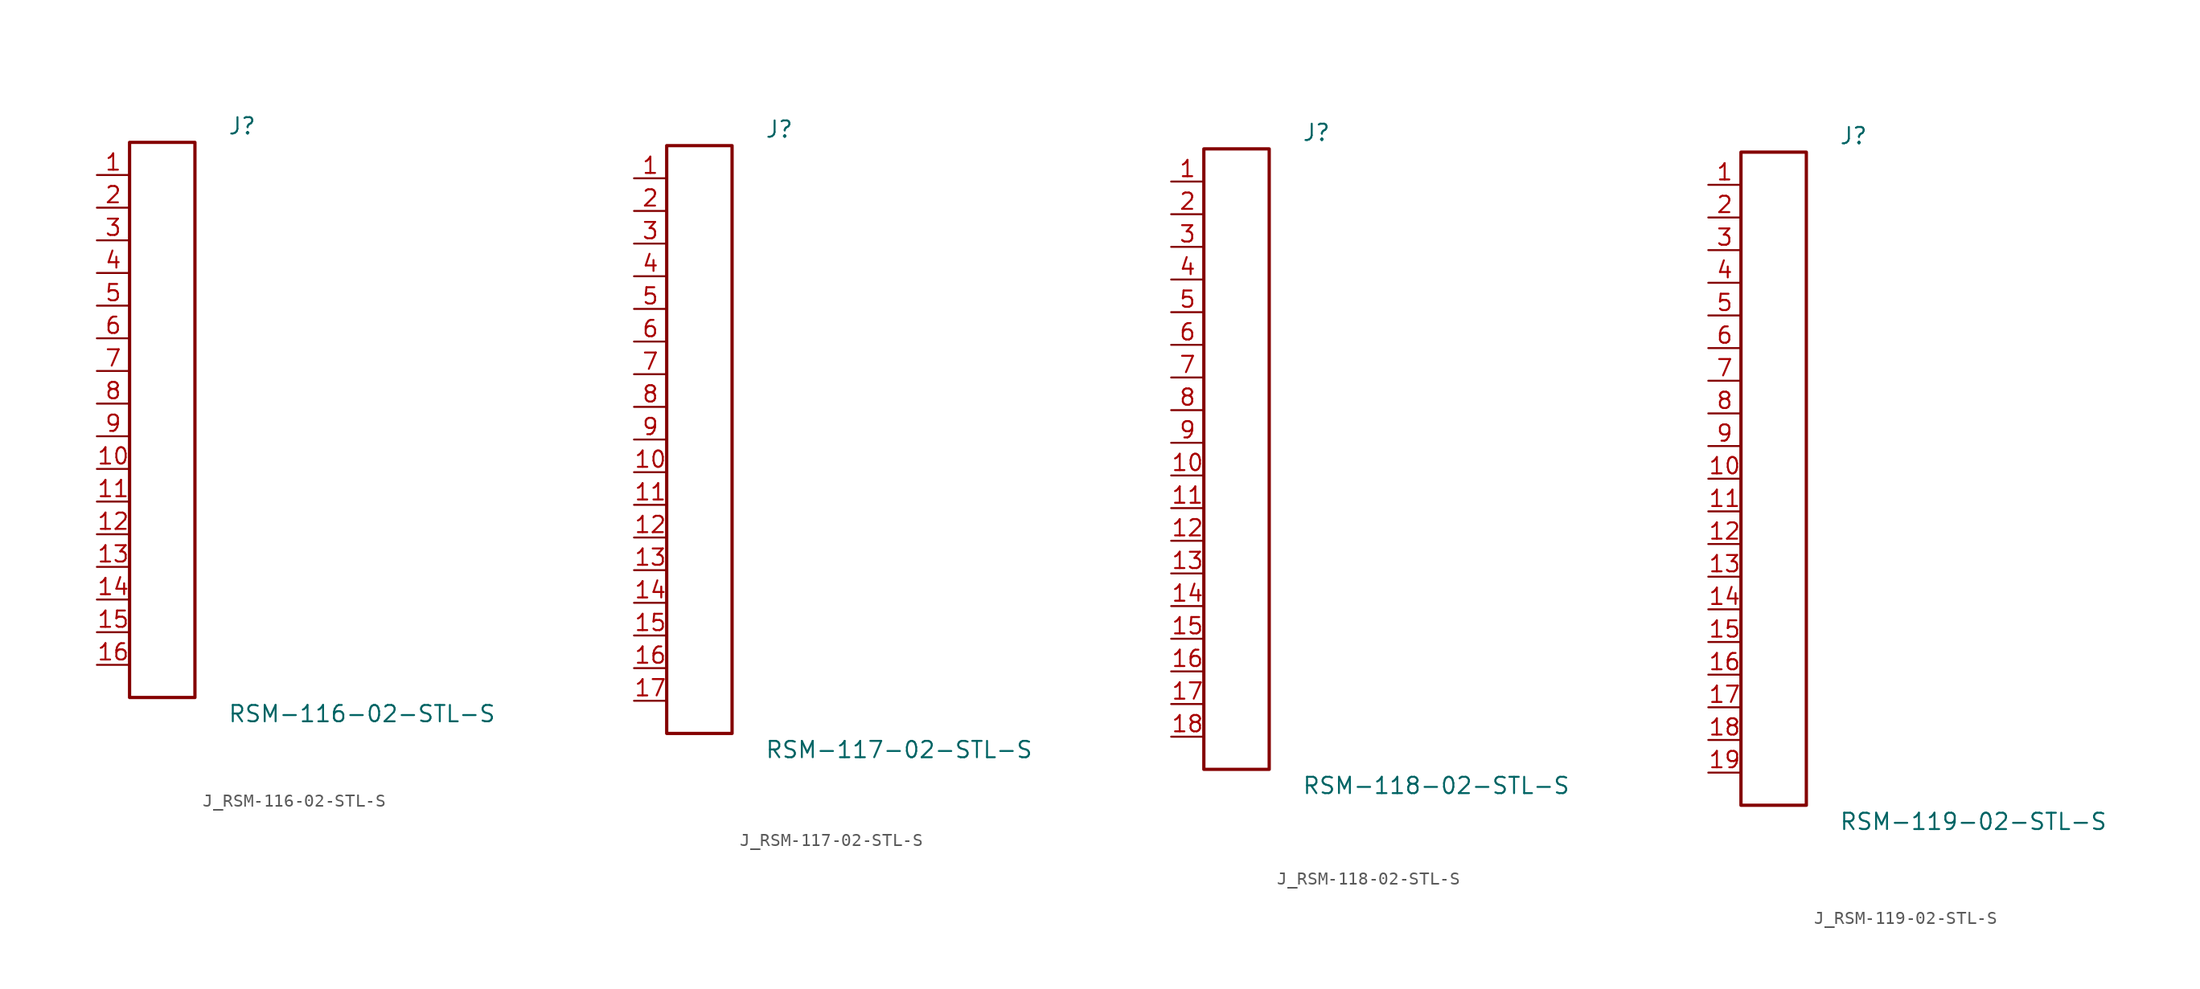
<source format=kicad_sym>
(kicad_symbol_lib
  (version 20231120)
  (generator kicad_symbol_editor)
  (generator_version 8.0)
  (symbol "J_RSM-116-02-STL-S"
    (pin_names
      (offset 0.254))
    (property "Reference" "J"
      (at 5.08 22.86 0)
      (effects (font (size 1.27 1.27)) (justify left)))
    (property "Value" "RSM-116-02-STL-S"
      (at 5.08 -22.86 0)
      (effects (font (size 1.27 1.27)) (justify left)))
    (symbol "J_RSM-116-02-STL-S_0_0"
      (pin passive line (at -5.08 19.05 0) (length 2.54) (name "" (effects (font (size 1.27 1.27)))) (number "1" (effects (font (size 1.27 1.27)))))
      (pin passive line (at -5.08 16.51 0) (length 2.54) (name "" (effects (font (size 1.27 1.27)))) (number "2" (effects (font (size 1.27 1.27)))))
      (pin passive line (at -5.08 13.97 0) (length 2.54) (name "" (effects (font (size 1.27 1.27)))) (number "3" (effects (font (size 1.27 1.27)))))
      (pin passive line (at -5.08 11.43 0) (length 2.54) (name "" (effects (font (size 1.27 1.27)))) (number "4" (effects (font (size 1.27 1.27)))))
      (pin passive line (at -5.08 8.89 0) (length 2.54) (name "" (effects (font (size 1.27 1.27)))) (number "5" (effects (font (size 1.27 1.27)))))
      (pin passive line (at -5.08 6.35 0) (length 2.54) (name "" (effects (font (size 1.27 1.27)))) (number "6" (effects (font (size 1.27 1.27)))))
      (pin passive line (at -5.08 3.81 0) (length 2.54) (name "" (effects (font (size 1.27 1.27)))) (number "7" (effects (font (size 1.27 1.27)))))
      (pin passive line (at -5.08 1.27 0) (length 2.54) (name "" (effects (font (size 1.27 1.27)))) (number "8" (effects (font (size 1.27 1.27)))))
      (pin passive line (at -5.08 -1.27 0) (length 2.54) (name "" (effects (font (size 1.27 1.27)))) (number "9" (effects (font (size 1.27 1.27)))))
      (pin passive line (at -5.08 -3.81 0) (length 2.54) (name "" (effects (font (size 1.27 1.27)))) (number "10" (effects (font (size 1.27 1.27)))))
      (pin passive line (at -5.08 -6.35 0) (length 2.54) (name "" (effects (font (size 1.27 1.27)))) (number "11" (effects (font (size 1.27 1.27)))))
      (pin passive line (at -5.08 -8.89 0) (length 2.54) (name "" (effects (font (size 1.27 1.27)))) (number "12" (effects (font (size 1.27 1.27)))))
      (pin passive line (at -5.08 -11.43 0) (length 2.54) (name "" (effects (font (size 1.27 1.27)))) (number "13" (effects (font (size 1.27 1.27)))))
      (pin passive line (at -5.08 -13.97 0) (length 2.54) (name "" (effects (font (size 1.27 1.27)))) (number "14" (effects (font (size 1.27 1.27)))))
      (pin passive line (at -5.08 -16.51 0) (length 2.54) (name "" (effects (font (size 1.27 1.27)))) (number "15" (effects (font (size 1.27 1.27)))))
      (pin passive line (at -5.08 -19.05 0) (length 2.54) (name "" (effects (font (size 1.27 1.27)))) (number "16" (effects (font (size 1.27 1.27))))))
    (symbol "J_RSM-116-02-STL-S_1_0"
      (rectangle (start -2.54 21.59) (end 2.54 -21.59) (stroke (width 0.254) (type solid)) (fill (type none)))))
  (symbol "J_RSM-117-02-STL-S"
    (pin_names
      (offset 0.254))
    (property "Reference" "J"
      (at 5.08 24.13 0)
      (effects (font (size 1.27 1.27)) (justify left)))
    (property "Value" "RSM-117-02-STL-S"
      (at 5.08 -24.13 0)
      (effects (font (size 1.27 1.27)) (justify left)))
    (symbol "J_RSM-117-02-STL-S_0_0"
      (pin passive line (at -5.08 20.32 0) (length 2.54) (name "" (effects (font (size 1.27 1.27)))) (number "1" (effects (font (size 1.27 1.27)))))
      (pin passive line (at -5.08 17.78 0) (length 2.54) (name "" (effects (font (size 1.27 1.27)))) (number "2" (effects (font (size 1.27 1.27)))))
      (pin passive line (at -5.08 15.24 0) (length 2.54) (name "" (effects (font (size 1.27 1.27)))) (number "3" (effects (font (size 1.27 1.27)))))
      (pin passive line (at -5.08 12.7 0) (length 2.54) (name "" (effects (font (size 1.27 1.27)))) (number "4" (effects (font (size 1.27 1.27)))))
      (pin passive line (at -5.08 10.16 0) (length 2.54) (name "" (effects (font (size 1.27 1.27)))) (number "5" (effects (font (size 1.27 1.27)))))
      (pin passive line (at -5.08 7.62 0) (length 2.54) (name "" (effects (font (size 1.27 1.27)))) (number "6" (effects (font (size 1.27 1.27)))))
      (pin passive line (at -5.08 5.08 0) (length 2.54) (name "" (effects (font (size 1.27 1.27)))) (number "7" (effects (font (size 1.27 1.27)))))
      (pin passive line (at -5.08 2.54 0) (length 2.54) (name "" (effects (font (size 1.27 1.27)))) (number "8" (effects (font (size 1.27 1.27)))))
      (pin passive line (at -5.08 0.0 0) (length 2.54) (name "" (effects (font (size 1.27 1.27)))) (number "9" (effects (font (size 1.27 1.27)))))
      (pin passive line (at -5.08 -2.54 0) (length 2.54) (name "" (effects (font (size 1.27 1.27)))) (number "10" (effects (font (size 1.27 1.27)))))
      (pin passive line (at -5.08 -5.08 0) (length 2.54) (name "" (effects (font (size 1.27 1.27)))) (number "11" (effects (font (size 1.27 1.27)))))
      (pin passive line (at -5.08 -7.62 0) (length 2.54) (name "" (effects (font (size 1.27 1.27)))) (number "12" (effects (font (size 1.27 1.27)))))
      (pin passive line (at -5.08 -10.16 0) (length 2.54) (name "" (effects (font (size 1.27 1.27)))) (number "13" (effects (font (size 1.27 1.27)))))
      (pin passive line (at -5.08 -12.7 0) (length 2.54) (name "" (effects (font (size 1.27 1.27)))) (number "14" (effects (font (size 1.27 1.27)))))
      (pin passive line (at -5.08 -15.24 0) (length 2.54) (name "" (effects (font (size 1.27 1.27)))) (number "15" (effects (font (size 1.27 1.27)))))
      (pin passive line (at -5.08 -17.78 0) (length 2.54) (name "" (effects (font (size 1.27 1.27)))) (number "16" (effects (font (size 1.27 1.27)))))
      (pin passive line (at -5.08 -20.32 0) (length 2.54) (name "" (effects (font (size 1.27 1.27)))) (number "17" (effects (font (size 1.27 1.27))))))
    (symbol "J_RSM-117-02-STL-S_1_0"
      (rectangle (start -2.54 22.86) (end 2.54 -22.86) (stroke (width 0.254) (type solid)) (fill (type none)))))
  (symbol "J_RSM-118-02-STL-S"
    (pin_names
      (offset 0.254))
    (property "Reference" "J"
      (at 5.08 25.4 0)
      (effects (font (size 1.27 1.27)) (justify left)))
    (property "Value" "RSM-118-02-STL-S"
      (at 5.08 -25.4 0)
      (effects (font (size 1.27 1.27)) (justify left)))
    (symbol "J_RSM-118-02-STL-S_0_0"
      (pin passive line (at -5.08 21.59 0) (length 2.54) (name "" (effects (font (size 1.27 1.27)))) (number "1" (effects (font (size 1.27 1.27)))))
      (pin passive line (at -5.08 19.05 0) (length 2.54) (name "" (effects (font (size 1.27 1.27)))) (number "2" (effects (font (size 1.27 1.27)))))
      (pin passive line (at -5.08 16.51 0) (length 2.54) (name "" (effects (font (size 1.27 1.27)))) (number "3" (effects (font (size 1.27 1.27)))))
      (pin passive line (at -5.08 13.97 0) (length 2.54) (name "" (effects (font (size 1.27 1.27)))) (number "4" (effects (font (size 1.27 1.27)))))
      (pin passive line (at -5.08 11.43 0) (length 2.54) (name "" (effects (font (size 1.27 1.27)))) (number "5" (effects (font (size 1.27 1.27)))))
      (pin passive line (at -5.08 8.89 0) (length 2.54) (name "" (effects (font (size 1.27 1.27)))) (number "6" (effects (font (size 1.27 1.27)))))
      (pin passive line (at -5.08 6.35 0) (length 2.54) (name "" (effects (font (size 1.27 1.27)))) (number "7" (effects (font (size 1.27 1.27)))))
      (pin passive line (at -5.08 3.81 0) (length 2.54) (name "" (effects (font (size 1.27 1.27)))) (number "8" (effects (font (size 1.27 1.27)))))
      (pin passive line (at -5.08 1.27 0) (length 2.54) (name "" (effects (font (size 1.27 1.27)))) (number "9" (effects (font (size 1.27 1.27)))))
      (pin passive line (at -5.08 -1.27 0) (length 2.54) (name "" (effects (font (size 1.27 1.27)))) (number "10" (effects (font (size 1.27 1.27)))))
      (pin passive line (at -5.08 -3.81 0) (length 2.54) (name "" (effects (font (size 1.27 1.27)))) (number "11" (effects (font (size 1.27 1.27)))))
      (pin passive line (at -5.08 -6.35 0) (length 2.54) (name "" (effects (font (size 1.27 1.27)))) (number "12" (effects (font (size 1.27 1.27)))))
      (pin passive line (at -5.08 -8.89 0) (length 2.54) (name "" (effects (font (size 1.27 1.27)))) (number "13" (effects (font (size 1.27 1.27)))))
      (pin passive line (at -5.08 -11.43 0) (length 2.54) (name "" (effects (font (size 1.27 1.27)))) (number "14" (effects (font (size 1.27 1.27)))))
      (pin passive line (at -5.08 -13.97 0) (length 2.54) (name "" (effects (font (size 1.27 1.27)))) (number "15" (effects (font (size 1.27 1.27)))))
      (pin passive line (at -5.08 -16.51 0) (length 2.54) (name "" (effects (font (size 1.27 1.27)))) (number "16" (effects (font (size 1.27 1.27)))))
      (pin passive line (at -5.08 -19.05 0) (length 2.54) (name "" (effects (font (size 1.27 1.27)))) (number "17" (effects (font (size 1.27 1.27)))))
      (pin passive line (at -5.08 -21.59 0) (length 2.54) (name "" (effects (font (size 1.27 1.27)))) (number "18" (effects (font (size 1.27 1.27))))))
    (symbol "J_RSM-118-02-STL-S_1_0"
      (rectangle (start -2.54 24.13) (end 2.54 -24.13) (stroke (width 0.254) (type solid)) (fill (type none)))))
  (symbol "J_RSM-119-02-STL-S"
    (pin_names
      (offset 0.254))
    (property "Reference" "J"
      (at 5.08 26.67 0)
      (effects (font (size 1.27 1.27)) (justify left)))
    (property "Value" "RSM-119-02-STL-S"
      (at 5.08 -26.67 0)
      (effects (font (size 1.27 1.27)) (justify left)))
    (symbol "J_RSM-119-02-STL-S_0_0"
      (pin passive line (at -5.08 22.86 0) (length 2.54) (name "" (effects (font (size 1.27 1.27)))) (number "1" (effects (font (size 1.27 1.27)))))
      (pin passive line (at -5.08 20.32 0) (length 2.54) (name "" (effects (font (size 1.27 1.27)))) (number "2" (effects (font (size 1.27 1.27)))))
      (pin passive line (at -5.08 17.78 0) (length 2.54) (name "" (effects (font (size 1.27 1.27)))) (number "3" (effects (font (size 1.27 1.27)))))
      (pin passive line (at -5.08 15.24 0) (length 2.54) (name "" (effects (font (size 1.27 1.27)))) (number "4" (effects (font (size 1.27 1.27)))))
      (pin passive line (at -5.08 12.7 0) (length 2.54) (name "" (effects (font (size 1.27 1.27)))) (number "5" (effects (font (size 1.27 1.27)))))
      (pin passive line (at -5.08 10.16 0) (length 2.54) (name "" (effects (font (size 1.27 1.27)))) (number "6" (effects (font (size 1.27 1.27)))))
      (pin passive line (at -5.08 7.62 0) (length 2.54) (name "" (effects (font (size 1.27 1.27)))) (number "7" (effects (font (size 1.27 1.27)))))
      (pin passive line (at -5.08 5.08 0) (length 2.54) (name "" (effects (font (size 1.27 1.27)))) (number "8" (effects (font (size 1.27 1.27)))))
      (pin passive line (at -5.08 2.54 0) (length 2.54) (name "" (effects (font (size 1.27 1.27)))) (number "9" (effects (font (size 1.27 1.27)))))
      (pin passive line (at -5.08 0.0 0) (length 2.54) (name "" (effects (font (size 1.27 1.27)))) (number "10" (effects (font (size 1.27 1.27)))))
      (pin passive line (at -5.08 -2.54 0) (length 2.54) (name "" (effects (font (size 1.27 1.27)))) (number "11" (effects (font (size 1.27 1.27)))))
      (pin passive line (at -5.08 -5.08 0) (length 2.54) (name "" (effects (font (size 1.27 1.27)))) (number "12" (effects (font (size 1.27 1.27)))))
      (pin passive line (at -5.08 -7.62 0) (length 2.54) (name "" (effects (font (size 1.27 1.27)))) (number "13" (effects (font (size 1.27 1.27)))))
      (pin passive line (at -5.08 -10.16 0) (length 2.54) (name "" (effects (font (size 1.27 1.27)))) (number "14" (effects (font (size 1.27 1.27)))))
      (pin passive line (at -5.08 -12.7 0) (length 2.54) (name "" (effects (font (size 1.27 1.27)))) (number "15" (effects (font (size 1.27 1.27)))))
      (pin passive line (at -5.08 -15.24 0) (length 2.54) (name "" (effects (font (size 1.27 1.27)))) (number "16" (effects (font (size 1.27 1.27)))))
      (pin passive line (at -5.08 -17.78 0) (length 2.54) (name "" (effects (font (size 1.27 1.27)))) (number "17" (effects (font (size 1.27 1.27)))))
      (pin passive line (at -5.08 -20.32 0) (length 2.54) (name "" (effects (font (size 1.27 1.27)))) (number "18" (effects (font (size 1.27 1.27)))))
      (pin passive line (at -5.08 -22.86 0) (length 2.54) (name "" (effects (font (size 1.27 1.27)))) (number "19" (effects (font (size 1.27 1.27))))))
    (symbol "J_RSM-119-02-STL-S_1_0"
      (rectangle (start -2.54 25.4) (end 2.54 -25.4) (stroke (width 0.254) (type solid)) (fill (type none))))))
</source>
